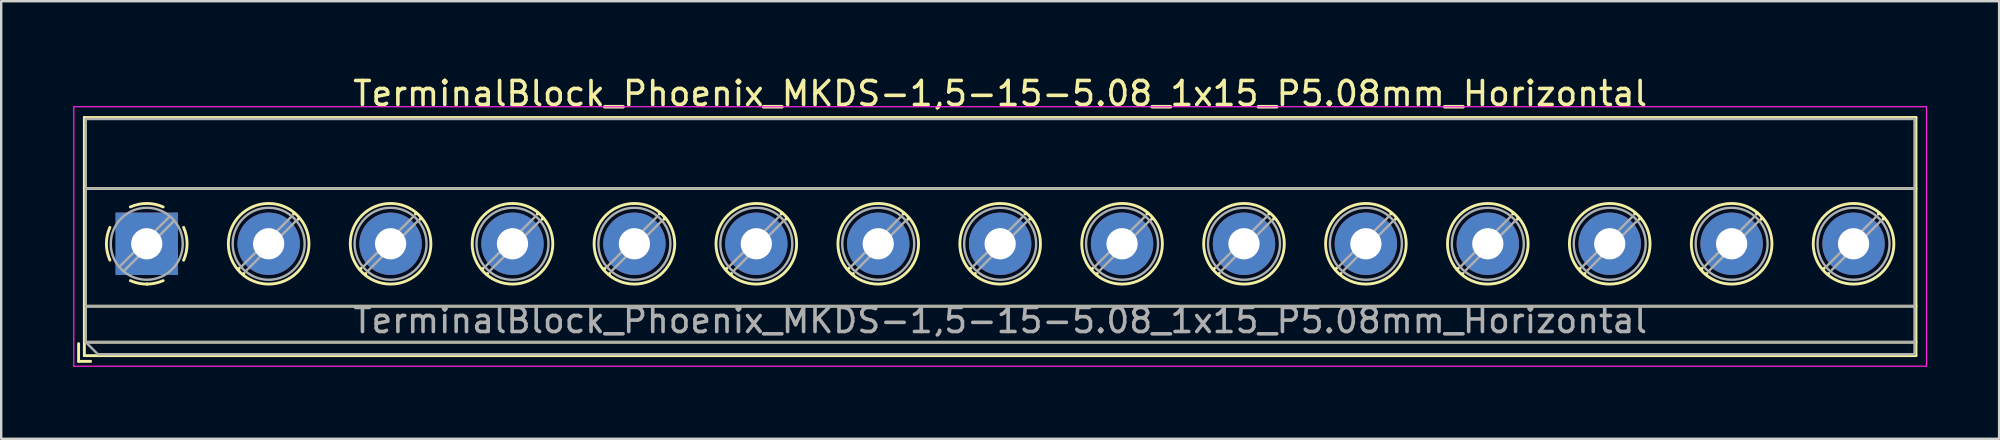
<source format=kicad_pcb>
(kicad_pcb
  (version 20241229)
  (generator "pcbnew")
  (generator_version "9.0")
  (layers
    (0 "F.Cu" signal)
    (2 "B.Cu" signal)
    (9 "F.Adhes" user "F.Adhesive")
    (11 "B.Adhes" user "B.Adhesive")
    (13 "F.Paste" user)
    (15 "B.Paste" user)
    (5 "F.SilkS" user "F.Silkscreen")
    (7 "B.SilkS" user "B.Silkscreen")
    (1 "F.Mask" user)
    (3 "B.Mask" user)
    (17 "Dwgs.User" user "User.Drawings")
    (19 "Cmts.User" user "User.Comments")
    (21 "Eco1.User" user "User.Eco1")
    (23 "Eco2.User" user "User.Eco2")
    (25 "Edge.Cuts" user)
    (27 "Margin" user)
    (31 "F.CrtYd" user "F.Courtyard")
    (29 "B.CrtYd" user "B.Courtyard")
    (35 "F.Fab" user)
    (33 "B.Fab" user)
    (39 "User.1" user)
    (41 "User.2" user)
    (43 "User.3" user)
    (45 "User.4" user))
  (footprint "TerminalBlock_Phoenix_MKDS-1,5-15-5.08_1x15_P5.08mm_Horizontal"
    (layer "F.Cu")
    (at 3.065 7.108)
    (property "Reference" "TerminalBlock_Phoenix_MKDS-1,5-15-5.08_1x15_P5.08mm_Horizontal" (at 35.56 -6.26 0) (layer "F.SilkS") (effects (font (size 1 1) (thickness 0.15))))
    (attr through_hole)
    (fp_line (start -2.84 4.16) (end -2.84 4.9) (stroke (width 0.12) (type solid)) (layer "F.SilkS"))
    (fp_line (start -2.84 4.9) (end -2.34 4.9) (stroke (width 0.12) (type solid)) (layer "F.SilkS"))
    (fp_line (start -2.6 -5.261) (end -2.6 4.66) (stroke (width 0.12) (type solid)) (layer "F.SilkS"))
    (fp_line (start -2.6 -5.261) (end 73.721 -5.261) (stroke (width 0.12) (type solid)) (layer "F.SilkS"))
    (fp_line (start -2.6 -2.301) (end 73.721 -2.301) (stroke (width 0.12) (type solid)) (layer "F.SilkS"))
    (fp_line (start -2.6 2.6) (end 73.721 2.6) (stroke (width 0.12) (type solid)) (layer "F.SilkS"))
    (fp_line (start -2.6 4.1) (end 73.721 4.1) (stroke (width 0.12) (type solid)) (layer "F.SilkS"))
    (fp_line (start -2.6 4.66) (end 73.721 4.66) (stroke (width 0.12) (type solid)) (layer "F.SilkS"))
    (fp_line (start 3.853 1.023) (end 3.806 1.069) (stroke (width 0.12) (type solid)) (layer "F.SilkS"))
    (fp_line (start 4.046 1.239) (end 4.011 1.274) (stroke (width 0.12) (type solid)) (layer "F.SilkS"))
    (fp_line (start 6.15 -1.275) (end 6.115 -1.239) (stroke (width 0.12) (type solid)) (layer "F.SilkS"))
    (fp_line (start 6.355 -1.069) (end 6.308 -1.023) (stroke (width 0.12) (type solid)) (layer "F.SilkS"))
    (fp_line (start 8.933 1.023) (end 8.886 1.069) (stroke (width 0.12) (type solid)) (layer "F.SilkS"))
    (fp_line (start 9.126 1.239) (end 9.091 1.274) (stroke (width 0.12) (type solid)) (layer "F.SilkS"))
    (fp_line (start 11.23 -1.275) (end 11.195 -1.239) (stroke (width 0.12) (type solid)) (layer "F.SilkS"))
    (fp_line (start 11.435 -1.069) (end 11.388 -1.023) (stroke (width 0.12) (type solid)) (layer "F.SilkS"))
    (fp_line (start 14.013 1.023) (end 13.966 1.069) (stroke (width 0.12) (type solid)) (layer "F.SilkS"))
    (fp_line (start 14.206 1.239) (end 14.171 1.274) (stroke (width 0.12) (type solid)) (layer "F.SilkS"))
    (fp_line (start 16.31 -1.275) (end 16.275 -1.239) (stroke (width 0.12) (type solid)) (layer "F.SilkS"))
    (fp_line (start 16.515 -1.069) (end 16.468 -1.023) (stroke (width 0.12) (type solid)) (layer "F.SilkS"))
    (fp_line (start 19.093 1.023) (end 19.046 1.069) (stroke (width 0.12) (type solid)) (layer "F.SilkS"))
    (fp_line (start 19.286 1.239) (end 19.251 1.274) (stroke (width 0.12) (type solid)) (layer "F.SilkS"))
    (fp_line (start 21.39 -1.275) (end 21.355 -1.239) (stroke (width 0.12) (type solid)) (layer "F.SilkS"))
    (fp_line (start 21.595 -1.069) (end 21.548 -1.023) (stroke (width 0.12) (type solid)) (layer "F.SilkS"))
    (fp_line (start 24.173 1.023) (end 24.126 1.069) (stroke (width 0.12) (type solid)) (layer "F.SilkS"))
    (fp_line (start 24.366 1.239) (end 24.331 1.274) (stroke (width 0.12) (type solid)) (layer "F.SilkS"))
    (fp_line (start 26.47 -1.275) (end 26.435 -1.239) (stroke (width 0.12) (type solid)) (layer "F.SilkS"))
    (fp_line (start 26.675 -1.069) (end 26.628 -1.023) (stroke (width 0.12) (type solid)) (layer "F.SilkS"))
    (fp_line (start 29.253 1.023) (end 29.206 1.069) (stroke (width 0.12) (type solid)) (layer "F.SilkS"))
    (fp_line (start 29.446 1.239) (end 29.411 1.274) (stroke (width 0.12) (type solid)) (layer "F.SilkS"))
    (fp_line (start 31.55 -1.275) (end 31.515 -1.239) (stroke (width 0.12) (type solid)) (layer "F.SilkS"))
    (fp_line (start 31.755 -1.069) (end 31.708 -1.023) (stroke (width 0.12) (type solid)) (layer "F.SilkS"))
    (fp_line (start 34.333 1.023) (end 34.286 1.069) (stroke (width 0.12) (type solid)) (layer "F.SilkS"))
    (fp_line (start 34.526 1.239) (end 34.491 1.274) (stroke (width 0.12) (type solid)) (layer "F.SilkS"))
    (fp_line (start 36.63 -1.275) (end 36.595 -1.239) (stroke (width 0.12) (type solid)) (layer "F.SilkS"))
    (fp_line (start 36.835 -1.069) (end 36.788 -1.023) (stroke (width 0.12) (type solid)) (layer "F.SilkS"))
    (fp_line (start 39.413 1.023) (end 39.366 1.069) (stroke (width 0.12) (type solid)) (layer "F.SilkS"))
    (fp_line (start 39.606 1.239) (end 39.571 1.274) (stroke (width 0.12) (type solid)) (layer "F.SilkS"))
    (fp_line (start 41.71 -1.275) (end 41.675 -1.239) (stroke (width 0.12) (type solid)) (layer "F.SilkS"))
    (fp_line (start 41.915 -1.069) (end 41.868 -1.023) (stroke (width 0.12) (type solid)) (layer "F.SilkS"))
    (fp_line (start 44.493 1.023) (end 44.446 1.069) (stroke (width 0.12) (type solid)) (layer "F.SilkS"))
    (fp_line (start 44.686 1.239) (end 44.651 1.274) (stroke (width 0.12) (type solid)) (layer "F.SilkS"))
    (fp_line (start 46.79 -1.275) (end 46.755 -1.239) (stroke (width 0.12) (type solid)) (layer "F.SilkS"))
    (fp_line (start 46.995 -1.069) (end 46.948 -1.023) (stroke (width 0.12) (type solid)) (layer "F.SilkS"))
    (fp_line (start 49.573 1.023) (end 49.526 1.069) (stroke (width 0.12) (type solid)) (layer "F.SilkS"))
    (fp_line (start 49.766 1.239) (end 49.731 1.274) (stroke (width 0.12) (type solid)) (layer "F.SilkS"))
    (fp_line (start 51.87 -1.275) (end 51.835 -1.239) (stroke (width 0.12) (type solid)) (layer "F.SilkS"))
    (fp_line (start 52.075 -1.069) (end 52.028 -1.023) (stroke (width 0.12) (type solid)) (layer "F.SilkS"))
    (fp_line (start 54.653 1.023) (end 54.606 1.069) (stroke (width 0.12) (type solid)) (layer "F.SilkS"))
    (fp_line (start 54.846 1.239) (end 54.811 1.274) (stroke (width 0.12) (type solid)) (layer "F.SilkS"))
    (fp_line (start 56.95 -1.275) (end 56.915 -1.239) (stroke (width 0.12) (type solid)) (layer "F.SilkS"))
    (fp_line (start 57.155 -1.069) (end 57.108 -1.023) (stroke (width 0.12) (type solid)) (layer "F.SilkS"))
    (fp_line (start 59.733 1.023) (end 59.686 1.069) (stroke (width 0.12) (type solid)) (layer "F.SilkS"))
    (fp_line (start 59.926 1.239) (end 59.891 1.274) (stroke (width 0.12) (type solid)) (layer "F.SilkS"))
    (fp_line (start 62.03 -1.275) (end 61.995 -1.239) (stroke (width 0.12) (type solid)) (layer "F.SilkS"))
    (fp_line (start 62.235 -1.069) (end 62.188 -1.023) (stroke (width 0.12) (type solid)) (layer "F.SilkS"))
    (fp_line (start 64.813 1.023) (end 64.766 1.069) (stroke (width 0.12) (type solid)) (layer "F.SilkS"))
    (fp_line (start 65.006 1.239) (end 64.971 1.274) (stroke (width 0.12) (type solid)) (layer "F.SilkS"))
    (fp_line (start 67.11 -1.275) (end 67.075 -1.239) (stroke (width 0.12) (type solid)) (layer "F.SilkS"))
    (fp_line (start 67.315 -1.069) (end 67.268 -1.023) (stroke (width 0.12) (type solid)) (layer "F.SilkS"))
    (fp_line (start 69.893 1.023) (end 69.846 1.069) (stroke (width 0.12) (type solid)) (layer "F.SilkS"))
    (fp_line (start 70.086 1.239) (end 70.051 1.274) (stroke (width 0.12) (type solid)) (layer "F.SilkS"))
    (fp_line (start 72.19 -1.275) (end 72.155 -1.239) (stroke (width 0.12) (type solid)) (layer "F.SilkS"))
    (fp_line (start 72.395 -1.069) (end 72.348 -1.023) (stroke (width 0.12) (type solid)) (layer "F.SilkS"))
    (fp_line (start 73.721 -5.261) (end 73.721 4.66) (stroke (width 0.12) (type solid)) (layer "F.SilkS"))
    (fp_arc (start -1.535427 0.683042) (mid -1.680501 -0.000524) (end -1.535 -0.684) (stroke (width 0.12) (type solid)) (layer "F.SilkS"))
    (fp_arc (start -0.683042 -1.535427) (mid 0.000524 -1.680501) (end 0.684 -1.535) (stroke (width 0.12) (type solid)) (layer "F.SilkS"))
    (fp_arc (start 0.028805 1.680253) (mid -0.335551 1.646659) (end -0.684 1.535) (stroke (width 0.12) (type solid)) (layer "F.SilkS"))
    (fp_arc (start 0.683318 1.534756) (mid 0.349292 1.643288) (end 0 1.68) (stroke (width 0.12) (type solid)) (layer "F.SilkS"))
    (fp_arc (start 1.535427 -0.683042) (mid 1.680501 0.000524) (end 1.535 0.684) (stroke (width 0.12) (type solid)) (layer "F.SilkS"))
    (fp_circle (center 5.08 0) (end 6.76 0) (stroke (width 0.12) (type solid)) (fill no) (layer "F.SilkS"))
    (fp_circle (center 10.16 0) (end 11.84 0) (stroke (width 0.12) (type solid)) (fill no) (layer "F.SilkS"))
    (fp_circle (center 15.24 0) (end 16.92 0) (stroke (width 0.12) (type solid)) (fill no) (layer "F.SilkS"))
    (fp_circle (center 20.32 0) (end 22 0) (stroke (width 0.12) (type solid)) (fill no) (layer "F.SilkS"))
    (fp_circle (center 25.4 0) (end 27.08 0) (stroke (width 0.12) (type solid)) (fill no) (layer "F.SilkS"))
    (fp_circle (center 30.48 0) (end 32.16 0) (stroke (width 0.12) (type solid)) (fill no) (layer "F.SilkS"))
    (fp_circle (center 35.56 0) (end 37.24 0) (stroke (width 0.12) (type solid)) (fill no) (layer "F.SilkS"))
    (fp_circle (center 40.64 0) (end 42.32 0) (stroke (width 0.12) (type solid)) (fill no) (layer "F.SilkS"))
    (fp_circle (center 45.72 0) (end 47.4 0) (stroke (width 0.12) (type solid)) (fill no) (layer "F.SilkS"))
    (fp_circle (center 50.8 0) (end 52.48 0) (stroke (width 0.12) (type solid)) (fill no) (layer "F.SilkS"))
    (fp_circle (center 55.88 0) (end 57.56 0) (stroke (width 0.12) (type solid)) (fill no) (layer "F.SilkS"))
    (fp_circle (center 60.96 0) (end 62.64 0) (stroke (width 0.12) (type solid)) (fill no) (layer "F.SilkS"))
    (fp_circle (center 66.04 0) (end 67.72 0) (stroke (width 0.12) (type solid)) (fill no) (layer "F.SilkS"))
    (fp_circle (center 71.12 0) (end 72.8 0) (stroke (width 0.12) (type solid)) (fill no) (layer "F.SilkS"))
    (fp_line (start -3.04 -5.71) (end -3.04 5.1) (stroke (width 0.05) (type solid)) (layer "F.CrtYd"))
    (fp_line (start -3.04 5.1) (end 74.16 5.1) (stroke (width 0.05) (type solid)) (layer "F.CrtYd"))
    (fp_line (start 74.16 -5.71) (end -3.04 -5.71) (stroke (width 0.05) (type solid)) (layer "F.CrtYd"))
    (fp_line (start 74.16 5.1) (end 74.16 -5.71) (stroke (width 0.05) (type solid)) (layer "F.CrtYd"))
    (fp_line (start -2.54 -5.2) (end 73.66 -5.2) (stroke (width 0.1) (type solid)) (layer "F.Fab"))
    (fp_line (start -2.54 -2.3) (end 73.66 -2.3) (stroke (width 0.1) (type solid)) (layer "F.Fab"))
    (fp_line (start -2.54 2.6) (end 73.66 2.6) (stroke (width 0.1) (type solid)) (layer "F.Fab"))
    (fp_line (start -2.54 4.1) (end -2.54 -5.2) (stroke (width 0.1) (type solid)) (layer "F.Fab"))
    (fp_line (start -2.54 4.1) (end 73.66 4.1) (stroke (width 0.1) (type solid)) (layer "F.Fab"))
    (fp_line (start -2.04 4.6) (end -2.54 4.1) (stroke (width 0.1) (type solid)) (layer "F.Fab"))
    (fp_line (start 0.955 -1.138) (end -1.138 0.955) (stroke (width 0.1) (type solid)) (layer "F.Fab"))
    (fp_line (start 1.138 -0.955) (end -0.955 1.138) (stroke (width 0.1) (type solid)) (layer "F.Fab"))
    (fp_line (start 6.035 -1.138) (end 3.943 0.955) (stroke (width 0.1) (type solid)) (layer "F.Fab"))
    (fp_line (start 6.218 -0.955) (end 4.126 1.138) (stroke (width 0.1) (type solid)) (layer "F.Fab"))
    (fp_line (start 11.115 -1.138) (end 9.023 0.955) (stroke (width 0.1) (type solid)) (layer "F.Fab"))
    (fp_line (start 11.298 -0.955) (end 9.206 1.138) (stroke (width 0.1) (type solid)) (layer "F.Fab"))
    (fp_line (start 16.195 -1.138) (end 14.103 0.955) (stroke (width 0.1) (type solid)) (layer "F.Fab"))
    (fp_line (start 16.378 -0.955) (end 14.286 1.138) (stroke (width 0.1) (type solid)) (layer "F.Fab"))
    (fp_line (start 21.275 -1.138) (end 19.183 0.955) (stroke (width 0.1) (type solid)) (layer "F.Fab"))
    (fp_line (start 21.458 -0.955) (end 19.366 1.138) (stroke (width 0.1) (type solid)) (layer "F.Fab"))
    (fp_line (start 26.355 -1.138) (end 24.263 0.955) (stroke (width 0.1) (type solid)) (layer "F.Fab"))
    (fp_line (start 26.538 -0.955) (end 24.446 1.138) (stroke (width 0.1) (type solid)) (layer "F.Fab"))
    (fp_line (start 31.435 -1.138) (end 29.343 0.955) (stroke (width 0.1) (type solid)) (layer "F.Fab"))
    (fp_line (start 31.618 -0.955) (end 29.526 1.138) (stroke (width 0.1) (type solid)) (layer "F.Fab"))
    (fp_line (start 36.515 -1.138) (end 34.423 0.955) (stroke (width 0.1) (type solid)) (layer "F.Fab"))
    (fp_line (start 36.698 -0.955) (end 34.606 1.138) (stroke (width 0.1) (type solid)) (layer "F.Fab"))
    (fp_line (start 41.595 -1.138) (end 39.503 0.955) (stroke (width 0.1) (type solid)) (layer "F.Fab"))
    (fp_line (start 41.778 -0.955) (end 39.686 1.138) (stroke (width 0.1) (type solid)) (layer "F.Fab"))
    (fp_line (start 46.675 -1.138) (end 44.583 0.955) (stroke (width 0.1) (type solid)) (layer "F.Fab"))
    (fp_line (start 46.858 -0.955) (end 44.766 1.138) (stroke (width 0.1) (type solid)) (layer "F.Fab"))
    (fp_line (start 51.755 -1.138) (end 49.663 0.955) (stroke (width 0.1) (type solid)) (layer "F.Fab"))
    (fp_line (start 51.938 -0.955) (end 49.846 1.138) (stroke (width 0.1) (type solid)) (layer "F.Fab"))
    (fp_line (start 56.835 -1.138) (end 54.743 0.955) (stroke (width 0.1) (type solid)) (layer "F.Fab"))
    (fp_line (start 57.018 -0.955) (end 54.926 1.138) (stroke (width 0.1) (type solid)) (layer "F.Fab"))
    (fp_line (start 61.915 -1.138) (end 59.823 0.955) (stroke (width 0.1) (type solid)) (layer "F.Fab"))
    (fp_line (start 62.098 -0.955) (end 60.006 1.138) (stroke (width 0.1) (type solid)) (layer "F.Fab"))
    (fp_line (start 66.995 -1.138) (end 64.903 0.955) (stroke (width 0.1) (type solid)) (layer "F.Fab"))
    (fp_line (start 67.178 -0.955) (end 65.086 1.138) (stroke (width 0.1) (type solid)) (layer "F.Fab"))
    (fp_line (start 72.075 -1.138) (end 69.983 0.955) (stroke (width 0.1) (type solid)) (layer "F.Fab"))
    (fp_line (start 72.258 -0.955) (end 70.166 1.138) (stroke (width 0.1) (type solid)) (layer "F.Fab"))
    (fp_line (start 73.66 -5.2) (end 73.66 4.6) (stroke (width 0.1) (type solid)) (layer "F.Fab"))
    (fp_line (start 73.66 4.6) (end -2.04 4.6) (stroke (width 0.1) (type solid)) (layer "F.Fab"))
    (fp_circle (center 0 0) (end 1.5 0) (stroke (width 0.1) (type solid)) (fill no) (layer "F.Fab"))
    (fp_circle (center 5.08 0) (end 6.58 0) (stroke (width 0.1) (type solid)) (fill no) (layer "F.Fab"))
    (fp_circle (center 10.16 0) (end 11.66 0) (stroke (width 0.1) (type solid)) (fill no) (layer "F.Fab"))
    (fp_circle (center 15.24 0) (end 16.74 0) (stroke (width 0.1) (type solid)) (fill no) (layer "F.Fab"))
    (fp_circle (center 20.32 0) (end 21.82 0) (stroke (width 0.1) (type solid)) (fill no) (layer "F.Fab"))
    (fp_circle (center 25.4 0) (end 26.9 0) (stroke (width 0.1) (type solid)) (fill no) (layer "F.Fab"))
    (fp_circle (center 30.48 0) (end 31.98 0) (stroke (width 0.1) (type solid)) (fill no) (layer "F.Fab"))
    (fp_circle (center 35.56 0) (end 37.06 0) (stroke (width 0.1) (type solid)) (fill no) (layer "F.Fab"))
    (fp_circle (center 40.64 0) (end 42.14 0) (stroke (width 0.1) (type solid)) (fill no) (layer "F.Fab"))
    (fp_circle (center 45.72 0) (end 47.22 0) (stroke (width 0.1) (type solid)) (fill no) (layer "F.Fab"))
    (fp_circle (center 50.8 0) (end 52.3 0) (stroke (width 0.1) (type solid)) (fill no) (layer "F.Fab"))
    (fp_circle (center 55.88 0) (end 57.38 0) (stroke (width 0.1) (type solid)) (fill no) (layer "F.Fab"))
    (fp_circle (center 60.96 0) (end 62.46 0) (stroke (width 0.1) (type solid)) (fill no) (layer "F.Fab"))
    (fp_circle (center 66.04 0) (end 67.54 0) (stroke (width 0.1) (type solid)) (fill no) (layer "F.Fab"))
    (fp_circle (center 71.12 0) (end 72.62 0) (stroke (width 0.1) (type solid)) (fill no) (layer "F.Fab"))
    (fp_text user "${REFERENCE}" (at 35.56 3.2 0) (layer "F.Fab") (effects (font (size 1 1) (thickness 0.15))))
    (pad "1" thru_hole rect (at 0 0) (size 2.6 2.6) (drill 1.3) (layers "*.Cu" "*.Mask"))
    (pad "2" thru_hole circle (at 5.08 0) (size 2.6 2.6) (drill 1.3) (layers "*.Cu" "*.Mask"))
    (pad "3" thru_hole circle (at 10.16 0) (size 2.6 2.6) (drill 1.3) (layers "*.Cu" "*.Mask"))
    (pad "4" thru_hole circle (at 15.24 0) (size 2.6 2.6) (drill 1.3) (layers "*.Cu" "*.Mask"))
    (pad "5" thru_hole circle (at 20.32 0) (size 2.6 2.6) (drill 1.3) (layers "*.Cu" "*.Mask"))
    (pad "6" thru_hole circle (at 25.4 0) (size 2.6 2.6) (drill 1.3) (layers "*.Cu" "*.Mask"))
    (pad "7" thru_hole circle (at 30.48 0) (size 2.6 2.6) (drill 1.3) (layers "*.Cu" "*.Mask"))
    (pad "8" thru_hole circle (at 35.56 0) (size 2.6 2.6) (drill 1.3) (layers "*.Cu" "*.Mask"))
    (pad "9" thru_hole circle (at 40.64 0) (size 2.6 2.6) (drill 1.3) (layers "*.Cu" "*.Mask"))
    (pad "10" thru_hole circle (at 45.72 0) (size 2.6 2.6) (drill 1.3) (layers "*.Cu" "*.Mask"))
    (pad "11" thru_hole circle (at 50.8 0) (size 2.6 2.6) (drill 1.3) (layers "*.Cu" "*.Mask"))
    (pad "12" thru_hole circle (at 55.88 0) (size 2.6 2.6) (drill 1.3) (layers "*.Cu" "*.Mask"))
    (pad "13" thru_hole circle (at 60.96 0) (size 2.6 2.6) (drill 1.3) (layers "*.Cu" "*.Mask"))
    (pad "14" thru_hole circle (at 66.04 0) (size 2.6 2.6) (drill 1.3) (layers "*.Cu" "*.Mask"))
    (pad "15" thru_hole circle (at 71.12 0) (size 2.6 2.6) (drill 1.3) (layers "*.Cu" "*.Mask")))
  (gr_rect
    (start -3 -3)
    (end 80.25 15.233)
    (stroke (width 0.1) (type default))
    (fill no)
    (layer "Edge.Cuts")))
</source>
